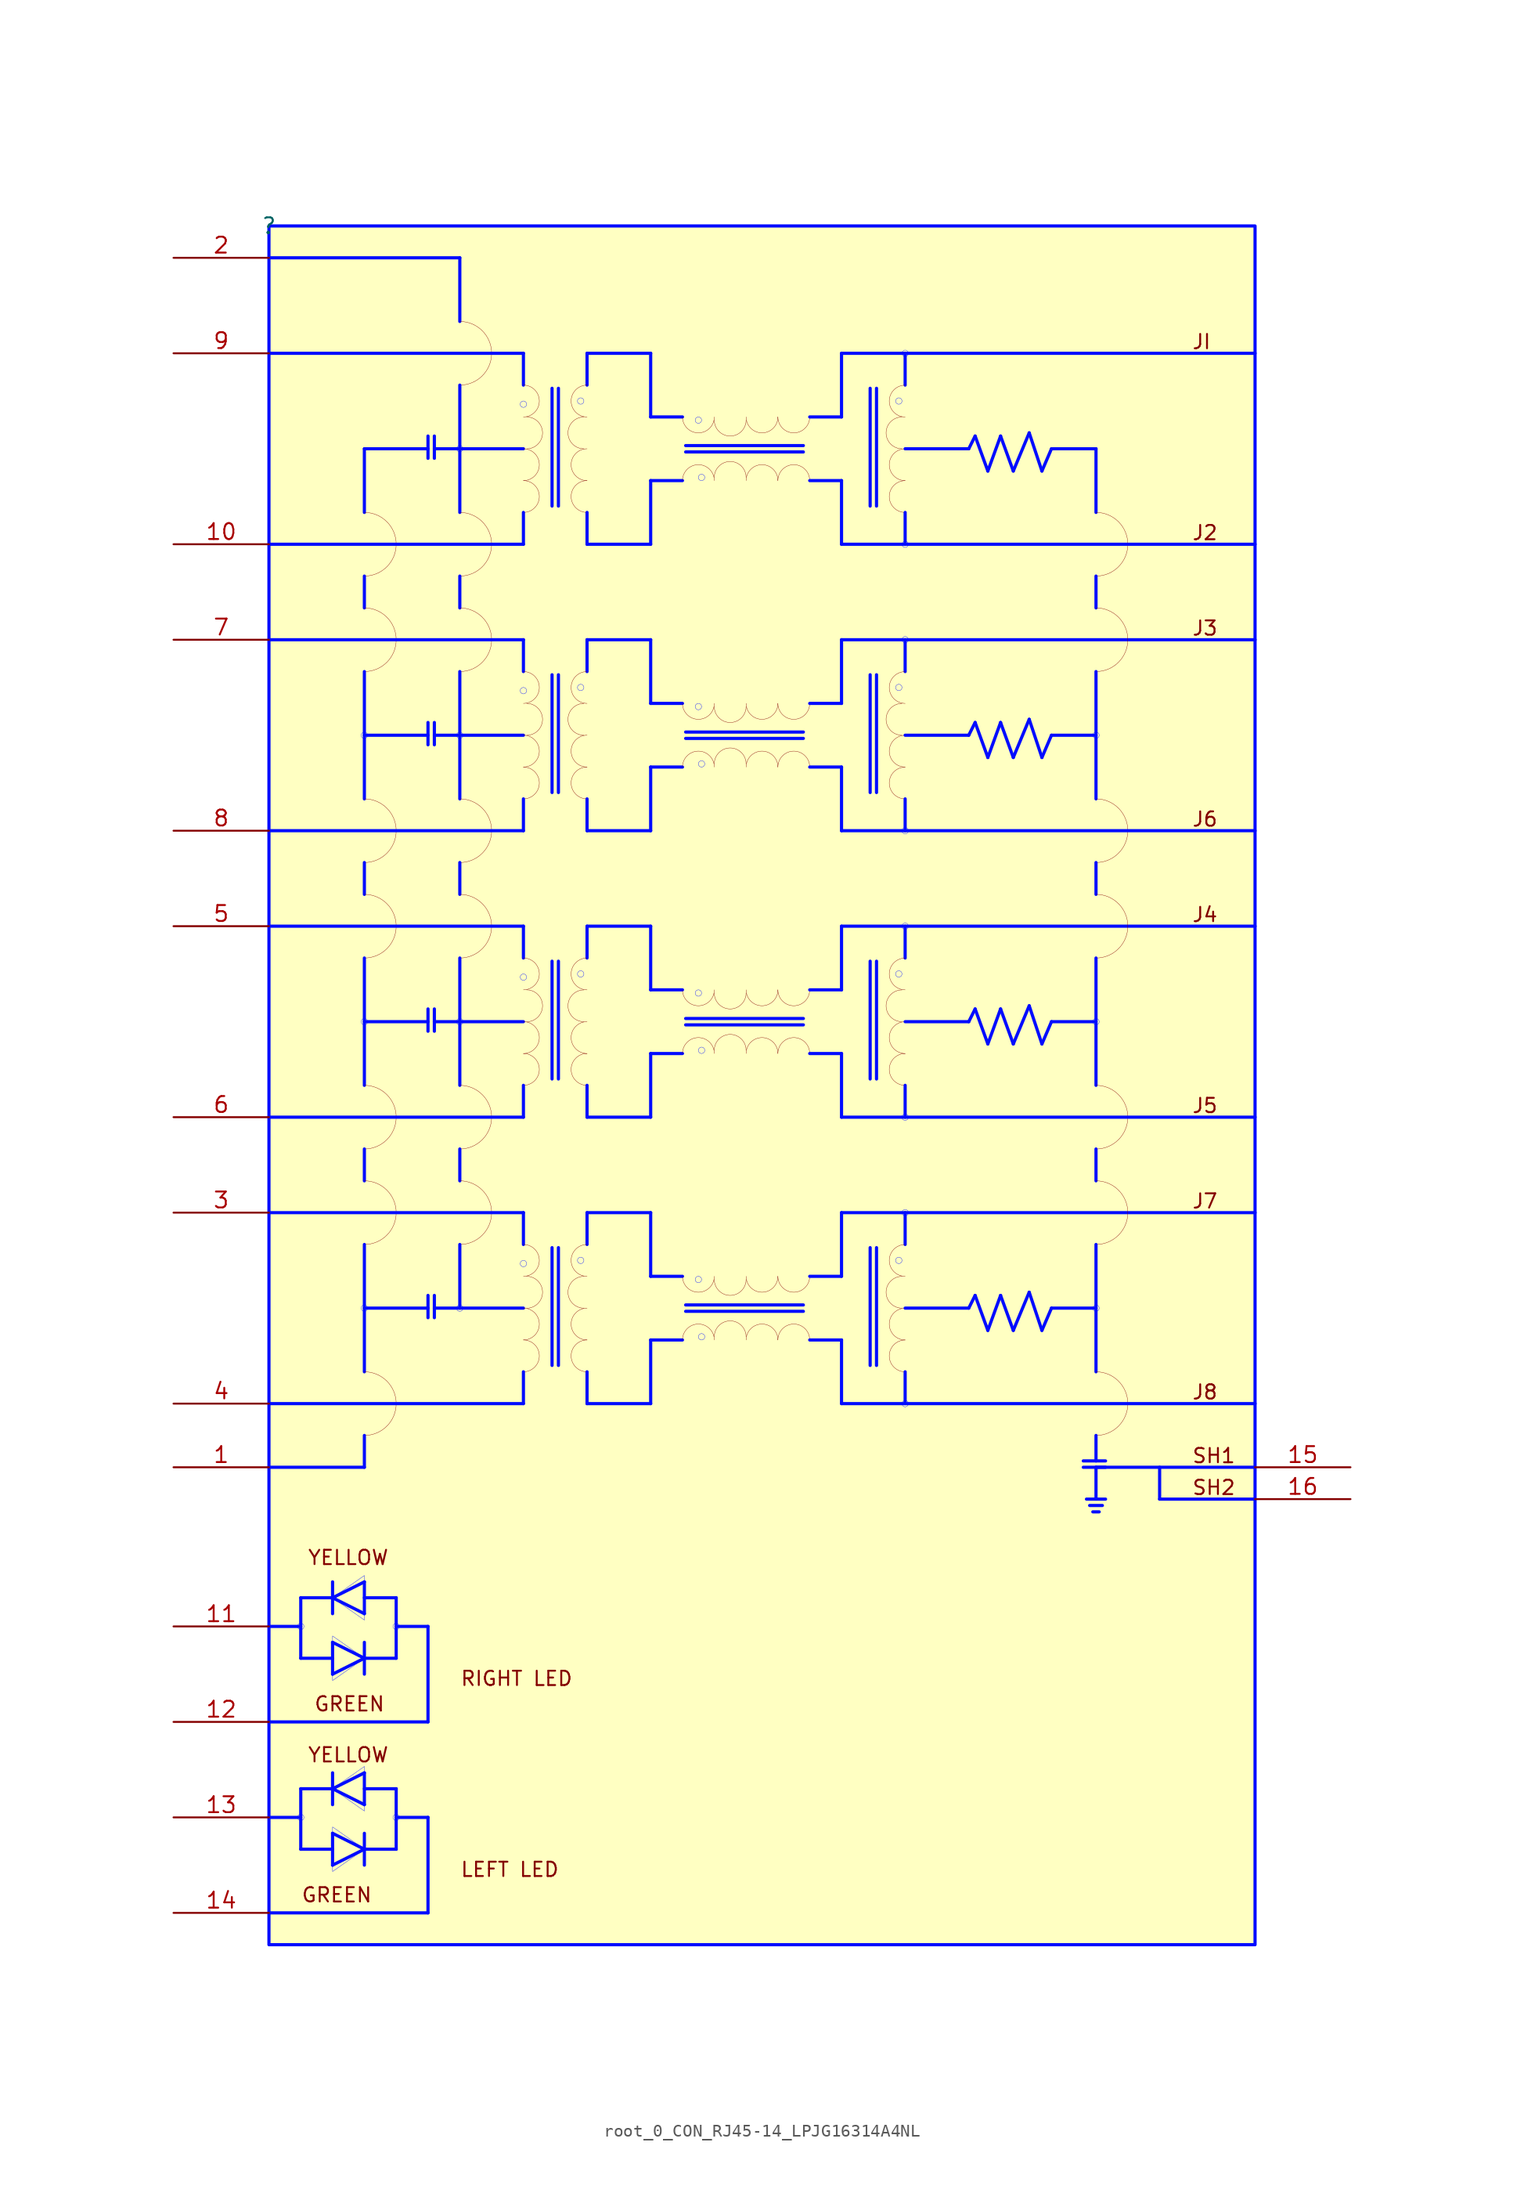
<source format=kicad_sym>
(kicad_symbol_lib
  (version 20231120)
  (generator "kicad_symbol_editor")
  (generator_version "8.0")
  (symbol "root_0_CON_RJ45-14_LPJG16314A4NL"
    (property "Reference" ""
      (at 0 0 0)
      (effects (font (size 1.27 1.27))))
    (property "Value" ""
      (at 0 0 0)
      (effects (font (size 1.27 1.27))))
    (symbol "root_0_CON_RJ45-14_LPJG16314A4NL_1_0"
      (polyline (pts (xy 2.54 -127) (xy 0 -127)) (stroke (width 0.254) (type solid) (color 0 11 255 1)) (fill (type none)))
      (polyline (pts (xy 2.54 -124.714) (xy 2.54 -129.54)) (stroke (width 0.254) (type solid) (color 0 11 255 1)) (fill (type none)))
      (polyline (pts (xy 2.54 -111.76) (xy 0 -111.76)) (stroke (width 0.254) (type solid) (color 0 11 255 1)) (fill (type none)))
      (polyline (pts (xy 2.54 -109.474) (xy 2.54 -114.3)) (stroke (width 0.254) (type solid) (color 0 11 255 1)) (fill (type none)))
      (polyline (pts (xy 5.08 -130.81) (xy 7.62 -129.54)) (stroke (width 0.254) (type solid) (color 0 11 255 1)) (fill (type none)))
      (polyline (pts (xy 5.08 -129.54) (xy 2.54 -129.54)) (stroke (width 0.254) (type solid) (color 0 11 255 1)) (fill (type none)))
      (polyline (pts (xy 5.08 -128.27) (xy 5.08 -130.81)) (stroke (width 0.254) (type solid) (color 0 11 255 1)) (fill (type none)))
      (polyline (pts (xy 5.08 -128.27) (xy 7.62 -129.54)) (stroke (width 0.254) (type solid) (color 0 11 255 1)) (fill (type none)))
      (polyline (pts (xy 5.08 -125.984) (xy 5.08 -123.444)) (stroke (width 0.254) (type solid) (color 0 11 255 1)) (fill (type none)))
      (polyline (pts (xy 5.08 -124.714) (xy 2.54 -124.714)) (stroke (width 0.254) (type solid) (color 0 11 255 1)) (fill (type none)))
      (polyline (pts (xy 5.08 -115.57) (xy 7.62 -114.3)) (stroke (width 0.254) (type solid) (color 0 11 255 1)) (fill (type none)))
      (polyline (pts (xy 5.08 -114.3) (xy 2.54 -114.3)) (stroke (width 0.254) (type solid) (color 0 11 255 1)) (fill (type none)))
      (polyline (pts (xy 5.08 -113.03) (xy 5.08 -115.57)) (stroke (width 0.254) (type solid) (color 0 11 255 1)) (fill (type none)))
      (polyline (pts (xy 5.08 -113.03) (xy 7.62 -114.3)) (stroke (width 0.254) (type solid) (color 0 11 255 1)) (fill (type none)))
      (polyline (pts (xy 5.08 -110.744) (xy 5.08 -108.204)) (stroke (width 0.254) (type solid) (color 0 11 255 1)) (fill (type none)))
      (polyline (pts (xy 5.08 -109.474) (xy 2.54 -109.474)) (stroke (width 0.254) (type solid) (color 0 11 255 1)) (fill (type none)))
      (polyline (pts (xy 7.62 -128.27) (xy 7.62 -130.81)) (stroke (width 0.254) (type solid) (color 0 11 255 1)) (fill (type none)))
      (polyline (pts (xy 7.62 -125.984) (xy 5.08 -124.714)) (stroke (width 0.254) (type solid) (color 0 11 255 1)) (fill (type none)))
      (polyline (pts (xy 7.62 -125.984) (xy 7.62 -123.444)) (stroke (width 0.254) (type solid) (color 0 11 255 1)) (fill (type none)))
      (polyline (pts (xy 7.62 -123.444) (xy 5.08 -124.714)) (stroke (width 0.254) (type solid) (color 0 11 255 1)) (fill (type none)))
      (polyline (pts (xy 7.62 -113.03) (xy 7.62 -115.57)) (stroke (width 0.254) (type solid) (color 0 11 255 1)) (fill (type none)))
      (polyline (pts (xy 7.62 -110.744) (xy 5.08 -109.474)) (stroke (width 0.254) (type solid) (color 0 11 255 1)) (fill (type none)))
      (polyline (pts (xy 7.62 -110.744) (xy 7.62 -108.204)) (stroke (width 0.254) (type solid) (color 0 11 255 1)) (fill (type none)))
      (polyline (pts (xy 7.62 -108.204) (xy 5.08 -109.474)) (stroke (width 0.254) (type solid) (color 0 11 255 1)) (fill (type none)))
      (polyline (pts (xy 7.62 -99.06) (xy 0 -99.06)) (stroke (width 0.254) (type solid) (color 0 11 255 1)) (fill (type none)))
      (polyline (pts (xy 7.62 -96.52) (xy 7.62 -99.06)) (stroke (width 0.254) (type solid) (color 0 11 255 1)) (fill (type none)))
      (polyline (pts (xy 7.62 -86.36) (xy 12.7 -86.36)) (stroke (width 0.254) (type solid) (color 0 11 255 1)) (fill (type none)))
      (polyline (pts (xy 7.62 -81.28) (xy 7.62 -91.44)) (stroke (width 0.254) (type solid) (color 0 11 255 1)) (fill (type none)))
      (polyline (pts (xy 7.62 -73.66) (xy 7.62 -76.2)) (stroke (width 0.254) (type solid) (color 0 11 255 1)) (fill (type none)))
      (polyline (pts (xy 7.62 -63.5) (xy 12.7 -63.5)) (stroke (width 0.254) (type solid) (color 0 11 255 1)) (fill (type none)))
      (polyline (pts (xy 7.62 -58.42) (xy 7.62 -68.58)) (stroke (width 0.254) (type solid) (color 0 11 255 1)) (fill (type none)))
      (polyline (pts (xy 7.62 -50.8) (xy 7.62 -53.34)) (stroke (width 0.254) (type solid) (color 0 11 255 1)) (fill (type none)))
      (polyline (pts (xy 7.62 -40.64) (xy 12.7 -40.64)) (stroke (width 0.254) (type solid) (color 0 11 255 1)) (fill (type none)))
      (polyline (pts (xy 7.62 -35.56) (xy 7.62 -45.72)) (stroke (width 0.254) (type solid) (color 0 11 255 1)) (fill (type none)))
      (polyline (pts (xy 7.62 -27.94) (xy 7.62 -30.48)) (stroke (width 0.254) (type solid) (color 0 11 255 1)) (fill (type none)))
      (polyline (pts (xy 7.62 -17.78) (xy 7.62 -22.86)) (stroke (width 0.254) (type solid) (color 0 11 255 1)) (fill (type none)))
      (polyline (pts (xy 7.62 -17.78) (xy 12.7 -17.78)) (stroke (width 0.254) (type solid) (color 0 11 255 1)) (fill (type none)))
      (polyline (pts (xy 10.16 -129.54) (xy 7.62 -129.54)) (stroke (width 0.254) (type solid) (color 0 11 255 1)) (fill (type none)))
      (polyline (pts (xy 10.16 -127) (xy 12.7 -127)) (stroke (width 0.254) (type solid) (color 0 11 255 1)) (fill (type none)))
      (polyline (pts (xy 10.16 -124.714) (xy 7.62 -124.714)) (stroke (width 0.254) (type solid) (color 0 11 255 1)) (fill (type none)))
      (polyline (pts (xy 10.16 -124.714) (xy 10.16 -129.54)) (stroke (width 0.254) (type solid) (color 0 11 255 1)) (fill (type none)))
      (polyline (pts (xy 10.16 -114.3) (xy 7.62 -114.3)) (stroke (width 0.254) (type solid) (color 0 11 255 1)) (fill (type none)))
      (polyline (pts (xy 10.16 -111.76) (xy 12.7 -111.76)) (stroke (width 0.254) (type solid) (color 0 11 255 1)) (fill (type none)))
      (polyline (pts (xy 10.16 -109.474) (xy 7.62 -109.474)) (stroke (width 0.254) (type solid) (color 0 11 255 1)) (fill (type none)))
      (polyline (pts (xy 10.16 -109.474) (xy 10.16 -114.3)) (stroke (width 0.254) (type solid) (color 0 11 255 1)) (fill (type none)))
      (polyline (pts (xy 12.7 -134.62) (xy 0 -134.62)) (stroke (width 0.254) (type solid) (color 0 11 255 1)) (fill (type none)))
      (polyline (pts (xy 12.7 -127) (xy 12.7 -134.62)) (stroke (width 0.254) (type solid) (color 0 11 255 1)) (fill (type none)))
      (polyline (pts (xy 12.7 -119.38) (xy 0 -119.38)) (stroke (width 0.254) (type solid) (color 0 11 255 1)) (fill (type none)))
      (polyline (pts (xy 12.7 -111.76) (xy 12.7 -119.38)) (stroke (width 0.254) (type solid) (color 0 11 255 1)) (fill (type none)))
      (polyline (pts (xy 12.7 -87.122) (xy 12.7 -85.344)) (stroke (width 0.254) (type solid) (color 0 11 255 1)) (fill (type none)))
      (polyline (pts (xy 12.7 -64.262) (xy 12.7 -62.484)) (stroke (width 0.254) (type solid) (color 0 11 255 1)) (fill (type none)))
      (polyline (pts (xy 12.7 -41.402) (xy 12.7 -39.624)) (stroke (width 0.254) (type solid) (color 0 11 255 1)) (fill (type none)))
      (polyline (pts (xy 12.7 -18.542) (xy 12.7 -16.764)) (stroke (width 0.254) (type solid) (color 0 11 255 1)) (fill (type none)))
      (polyline (pts (xy 13.208 -87.122) (xy 13.208 -85.344)) (stroke (width 0.254) (type solid) (color 0 11 255 1)) (fill (type none)))
      (polyline (pts (xy 13.208 -64.262) (xy 13.208 -62.484)) (stroke (width 0.254) (type solid) (color 0 11 255 1)) (fill (type none)))
      (polyline (pts (xy 13.208 -41.402) (xy 13.208 -39.624)) (stroke (width 0.254) (type solid) (color 0 11 255 1)) (fill (type none)))
      (polyline (pts (xy 13.208 -18.542) (xy 13.208 -16.764)) (stroke (width 0.254) (type solid) (color 0 11 255 1)) (fill (type none)))
      (polyline (pts (xy 15.24 -86.36) (xy 15.24 -81.28)) (stroke (width 0.254) (type solid) (color 0 11 255 1)) (fill (type none)))
      (polyline (pts (xy 15.24 -76.2) (xy 15.24 -73.66)) (stroke (width 0.254) (type solid) (color 0 11 255 1)) (fill (type none)))
      (polyline (pts (xy 15.24 -68.58) (xy 15.24 -58.42)) (stroke (width 0.254) (type solid) (color 0 11 255 1)) (fill (type none)))
      (polyline (pts (xy 15.24 -53.34) (xy 15.24 -50.8)) (stroke (width 0.254) (type solid) (color 0 11 255 1)) (fill (type none)))
      (polyline (pts (xy 15.24 -45.72) (xy 15.24 -35.56)) (stroke (width 0.254) (type solid) (color 0 11 255 1)) (fill (type none)))
      (polyline (pts (xy 15.24 -30.48) (xy 15.24 -27.94)) (stroke (width 0.254) (type solid) (color 0 11 255 1)) (fill (type none)))
      (polyline (pts (xy 15.24 -22.86) (xy 15.24 -12.7)) (stroke (width 0.254) (type solid) (color 0 11 255 1)) (fill (type none)))
      (polyline (pts (xy 15.24 -7.62) (xy 15.24 -2.54)) (stroke (width 0.254) (type solid) (color 0 11 255 1)) (fill (type none)))
      (polyline (pts (xy 15.24 -2.54) (xy 0 -2.54)) (stroke (width 0.254) (type solid) (color 0 11 255 1)) (fill (type none)))
      (polyline (pts (xy 20.32 -93.98) (xy 0 -93.98)) (stroke (width 0.254) (type solid) (color 0 11 255 1)) (fill (type none)))
      (polyline (pts (xy 20.32 -91.44) (xy 20.32 -93.98)) (stroke (width 0.254) (type solid) (color 0 11 255 1)) (fill (type none)))
      (polyline (pts (xy 20.32 -86.36) (xy 13.208 -86.36)) (stroke (width 0.254) (type solid) (color 0 11 255 1)) (fill (type none)))
      (polyline (pts (xy 20.32 -81.28) (xy 20.32 -78.74)) (stroke (width 0.254) (type solid) (color 0 11 255 1)) (fill (type none)))
      (polyline (pts (xy 20.32 -78.74) (xy 0 -78.74)) (stroke (width 0.254) (type solid) (color 0 11 255 1)) (fill (type none)))
      (polyline (pts (xy 20.32 -71.12) (xy 0 -71.12)) (stroke (width 0.254) (type solid) (color 0 11 255 1)) (fill (type none)))
      (polyline (pts (xy 20.32 -68.58) (xy 20.32 -71.12)) (stroke (width 0.254) (type solid) (color 0 11 255 1)) (fill (type none)))
      (polyline (pts (xy 20.32 -63.5) (xy 13.208 -63.5)) (stroke (width 0.254) (type solid) (color 0 11 255 1)) (fill (type none)))
      (polyline (pts (xy 20.32 -58.42) (xy 20.32 -55.88)) (stroke (width 0.254) (type solid) (color 0 11 255 1)) (fill (type none)))
      (polyline (pts (xy 20.32 -55.88) (xy 0 -55.88)) (stroke (width 0.254) (type solid) (color 0 11 255 1)) (fill (type none)))
      (polyline (pts (xy 20.32 -48.26) (xy 0 -48.26)) (stroke (width 0.254) (type solid) (color 0 11 255 1)) (fill (type none)))
      (polyline (pts (xy 20.32 -45.72) (xy 20.32 -48.26)) (stroke (width 0.254) (type solid) (color 0 11 255 1)) (fill (type none)))
      (polyline (pts (xy 20.32 -40.64) (xy 13.208 -40.64)) (stroke (width 0.254) (type solid) (color 0 11 255 1)) (fill (type none)))
      (polyline (pts (xy 20.32 -35.56) (xy 20.32 -33.02)) (stroke (width 0.254) (type solid) (color 0 11 255 1)) (fill (type none)))
      (polyline (pts (xy 20.32 -33.02) (xy 0 -33.02)) (stroke (width 0.254) (type solid) (color 0 11 255 1)) (fill (type none)))
      (polyline (pts (xy 20.32 -25.4) (xy 0 -25.4)) (stroke (width 0.254) (type solid) (color 0 11 255 1)) (fill (type none)))
      (polyline (pts (xy 20.32 -22.86) (xy 20.32 -25.4)) (stroke (width 0.254) (type solid) (color 0 11 255 1)) (fill (type none)))
      (polyline (pts (xy 20.32 -17.78) (xy 13.208 -17.78)) (stroke (width 0.254) (type solid) (color 0 11 255 1)) (fill (type none)))
      (polyline (pts (xy 20.32 -12.7) (xy 20.32 -10.16)) (stroke (width 0.254) (type solid) (color 0 11 255 1)) (fill (type none)))
      (polyline (pts (xy 20.32 -10.16) (xy 0 -10.16)) (stroke (width 0.254) (type solid) (color 0 11 255 1)) (fill (type none)))
      (polyline (pts (xy 22.606 -90.932) (xy 22.606 -81.534)) (stroke (width 0.254) (type solid) (color 0 11 255 1)) (fill (type none)))
      (polyline (pts (xy 22.606 -68.072) (xy 22.606 -58.674)) (stroke (width 0.254) (type solid) (color 0 11 255 1)) (fill (type none)))
      (polyline (pts (xy 22.606 -45.212) (xy 22.606 -35.814)) (stroke (width 0.254) (type solid) (color 0 11 255 1)) (fill (type none)))
      (polyline (pts (xy 22.606 -22.352) (xy 22.606 -12.954)) (stroke (width 0.254) (type solid) (color 0 11 255 1)) (fill (type none)))
      (polyline (pts (xy 23.114 -90.932) (xy 23.114 -81.534)) (stroke (width 0.254) (type solid) (color 0 11 255 1)) (fill (type none)))
      (polyline (pts (xy 23.114 -68.072) (xy 23.114 -58.674)) (stroke (width 0.254) (type solid) (color 0 11 255 1)) (fill (type none)))
      (polyline (pts (xy 23.114 -45.212) (xy 23.114 -35.814)) (stroke (width 0.254) (type solid) (color 0 11 255 1)) (fill (type none)))
      (polyline (pts (xy 23.114 -22.352) (xy 23.114 -12.954)) (stroke (width 0.254) (type solid) (color 0 11 255 1)) (fill (type none)))
      (polyline (pts (xy 25.4 -93.98) (xy 30.48 -93.98)) (stroke (width 0.254) (type solid) (color 0 11 255 1)) (fill (type none)))
      (polyline (pts (xy 25.4 -91.44) (xy 25.4 -93.98)) (stroke (width 0.254) (type solid) (color 0 11 255 1)) (fill (type none)))
      (polyline (pts (xy 25.4 -78.74) (xy 25.4 -81.28)) (stroke (width 0.254) (type solid) (color 0 11 255 1)) (fill (type none)))
      (polyline (pts (xy 25.4 -78.74) (xy 30.48 -78.74)) (stroke (width 0.254) (type solid) (color 0 11 255 1)) (fill (type none)))
      (polyline (pts (xy 25.4 -71.12) (xy 30.48 -71.12)) (stroke (width 0.254) (type solid) (color 0 11 255 1)) (fill (type none)))
      (polyline (pts (xy 25.4 -68.58) (xy 25.4 -71.12)) (stroke (width 0.254) (type solid) (color 0 11 255 1)) (fill (type none)))
      (polyline (pts (xy 25.4 -55.88) (xy 25.4 -58.42)) (stroke (width 0.254) (type solid) (color 0 11 255 1)) (fill (type none)))
      (polyline (pts (xy 25.4 -55.88) (xy 30.48 -55.88)) (stroke (width 0.254) (type solid) (color 0 11 255 1)) (fill (type none)))
      (polyline (pts (xy 25.4 -48.26) (xy 30.48 -48.26)) (stroke (width 0.254) (type solid) (color 0 11 255 1)) (fill (type none)))
      (polyline (pts (xy 25.4 -45.72) (xy 25.4 -48.26)) (stroke (width 0.254) (type solid) (color 0 11 255 1)) (fill (type none)))
      (polyline (pts (xy 25.4 -33.02) (xy 25.4 -35.56)) (stroke (width 0.254) (type solid) (color 0 11 255 1)) (fill (type none)))
      (polyline (pts (xy 25.4 -33.02) (xy 30.48 -33.02)) (stroke (width 0.254) (type solid) (color 0 11 255 1)) (fill (type none)))
      (polyline (pts (xy 25.4 -25.4) (xy 30.48 -25.4)) (stroke (width 0.254) (type solid) (color 0 11 255 1)) (fill (type none)))
      (polyline (pts (xy 25.4 -22.86) (xy 25.4 -25.4)) (stroke (width 0.254) (type solid) (color 0 11 255 1)) (fill (type none)))
      (polyline (pts (xy 25.4 -10.16) (xy 25.4 -12.7)) (stroke (width 0.254) (type solid) (color 0 11 255 1)) (fill (type none)))
      (polyline (pts (xy 25.4 -10.16) (xy 30.48 -10.16)) (stroke (width 0.254) (type solid) (color 0 11 255 1)) (fill (type none)))
      (polyline (pts (xy 30.48 -88.9) (xy 30.48 -93.98)) (stroke (width 0.254) (type solid) (color 0 11 255 1)) (fill (type none)))
      (polyline (pts (xy 30.48 -83.82) (xy 30.48 -78.74)) (stroke (width 0.254) (type solid) (color 0 11 255 1)) (fill (type none)))
      (polyline (pts (xy 30.48 -83.82) (xy 33.02 -83.82)) (stroke (width 0.254) (type solid) (color 0 11 255 1)) (fill (type none)))
      (polyline (pts (xy 30.48 -66.04) (xy 30.48 -71.12)) (stroke (width 0.254) (type solid) (color 0 11 255 1)) (fill (type none)))
      (polyline (pts (xy 30.48 -60.96) (xy 30.48 -55.88)) (stroke (width 0.254) (type solid) (color 0 11 255 1)) (fill (type none)))
      (polyline (pts (xy 30.48 -60.96) (xy 33.02 -60.96)) (stroke (width 0.254) (type solid) (color 0 11 255 1)) (fill (type none)))
      (polyline (pts (xy 30.48 -43.18) (xy 30.48 -48.26)) (stroke (width 0.254) (type solid) (color 0 11 255 1)) (fill (type none)))
      (polyline (pts (xy 30.48 -38.1) (xy 30.48 -33.02)) (stroke (width 0.254) (type solid) (color 0 11 255 1)) (fill (type none)))
      (polyline (pts (xy 30.48 -38.1) (xy 33.02 -38.1)) (stroke (width 0.254) (type solid) (color 0 11 255 1)) (fill (type none)))
      (polyline (pts (xy 30.48 -20.32) (xy 30.48 -25.4)) (stroke (width 0.254) (type solid) (color 0 11 255 1)) (fill (type none)))
      (polyline (pts (xy 30.48 -15.24) (xy 30.48 -10.16)) (stroke (width 0.254) (type solid) (color 0 11 255 1)) (fill (type none)))
      (polyline (pts (xy 30.48 -15.24) (xy 33.02 -15.24)) (stroke (width 0.254) (type solid) (color 0 11 255 1)) (fill (type none)))
      (polyline (pts (xy 33.02 -88.9) (xy 30.48 -88.9)) (stroke (width 0.254) (type solid) (color 0 11 255 1)) (fill (type none)))
      (polyline (pts (xy 33.02 -66.04) (xy 30.48 -66.04)) (stroke (width 0.254) (type solid) (color 0 11 255 1)) (fill (type none)))
      (polyline (pts (xy 33.02 -43.18) (xy 30.48 -43.18)) (stroke (width 0.254) (type solid) (color 0 11 255 1)) (fill (type none)))
      (polyline (pts (xy 33.02 -20.32) (xy 30.48 -20.32)) (stroke (width 0.254) (type solid) (color 0 11 255 1)) (fill (type none)))
      (polyline (pts (xy 42.672 -86.614) (xy 33.274 -86.614)) (stroke (width 0.254) (type solid) (color 0 11 255 1)) (fill (type none)))
      (polyline (pts (xy 42.672 -86.106) (xy 33.274 -86.106)) (stroke (width 0.254) (type solid) (color 0 11 255 1)) (fill (type none)))
      (polyline (pts (xy 42.672 -63.754) (xy 33.274 -63.754)) (stroke (width 0.254) (type solid) (color 0 11 255 1)) (fill (type none)))
      (polyline (pts (xy 42.672 -63.246) (xy 33.274 -63.246)) (stroke (width 0.254) (type solid) (color 0 11 255 1)) (fill (type none)))
      (polyline (pts (xy 42.672 -40.894) (xy 33.274 -40.894)) (stroke (width 0.254) (type solid) (color 0 11 255 1)) (fill (type none)))
      (polyline (pts (xy 42.672 -40.386) (xy 33.274 -40.386)) (stroke (width 0.254) (type solid) (color 0 11 255 1)) (fill (type none)))
      (polyline (pts (xy 42.672 -18.034) (xy 33.274 -18.034)) (stroke (width 0.254) (type solid) (color 0 11 255 1)) (fill (type none)))
      (polyline (pts (xy 42.672 -17.526) (xy 33.274 -17.526)) (stroke (width 0.254) (type solid) (color 0 11 255 1)) (fill (type none)))
      (polyline (pts (xy 43.18 -88.9) (xy 45.72 -88.9)) (stroke (width 0.254) (type solid) (color 0 11 255 1)) (fill (type none)))
      (polyline (pts (xy 43.18 -83.82) (xy 45.72 -83.82)) (stroke (width 0.254) (type solid) (color 0 11 255 1)) (fill (type none)))
      (polyline (pts (xy 43.18 -66.04) (xy 45.72 -66.04)) (stroke (width 0.254) (type solid) (color 0 11 255 1)) (fill (type none)))
      (polyline (pts (xy 43.18 -60.96) (xy 45.72 -60.96)) (stroke (width 0.254) (type solid) (color 0 11 255 1)) (fill (type none)))
      (polyline (pts (xy 43.18 -43.18) (xy 45.72 -43.18)) (stroke (width 0.254) (type solid) (color 0 11 255 1)) (fill (type none)))
      (polyline (pts (xy 43.18 -38.1) (xy 45.72 -38.1)) (stroke (width 0.254) (type solid) (color 0 11 255 1)) (fill (type none)))
      (polyline (pts (xy 43.18 -20.32) (xy 45.72 -20.32)) (stroke (width 0.254) (type solid) (color 0 11 255 1)) (fill (type none)))
      (polyline (pts (xy 43.18 -15.24) (xy 45.72 -15.24)) (stroke (width 0.254) (type solid) (color 0 11 255 1)) (fill (type none)))
      (polyline (pts (xy 45.72 -88.9) (xy 45.72 -93.98)) (stroke (width 0.254) (type solid) (color 0 11 255 1)) (fill (type none)))
      (polyline (pts (xy 45.72 -83.82) (xy 45.72 -78.74)) (stroke (width 0.254) (type solid) (color 0 11 255 1)) (fill (type none)))
      (polyline (pts (xy 45.72 -78.74) (xy 78.74 -78.74)) (stroke (width 0.254) (type solid) (color 0 11 255 1)) (fill (type none)))
      (polyline (pts (xy 45.72 -66.04) (xy 45.72 -71.12)) (stroke (width 0.254) (type solid) (color 0 11 255 1)) (fill (type none)))
      (polyline (pts (xy 45.72 -60.96) (xy 45.72 -55.88)) (stroke (width 0.254) (type solid) (color 0 11 255 1)) (fill (type none)))
      (polyline (pts (xy 45.72 -55.88) (xy 78.74 -55.88)) (stroke (width 0.254) (type solid) (color 0 11 255 1)) (fill (type none)))
      (polyline (pts (xy 45.72 -43.18) (xy 45.72 -48.26)) (stroke (width 0.254) (type solid) (color 0 11 255 1)) (fill (type none)))
      (polyline (pts (xy 45.72 -38.1) (xy 45.72 -33.02)) (stroke (width 0.254) (type solid) (color 0 11 255 1)) (fill (type none)))
      (polyline (pts (xy 45.72 -33.02) (xy 78.74 -33.02)) (stroke (width 0.254) (type solid) (color 0 11 255 1)) (fill (type none)))
      (polyline (pts (xy 45.72 -20.32) (xy 45.72 -25.4)) (stroke (width 0.254) (type solid) (color 0 11 255 1)) (fill (type none)))
      (polyline (pts (xy 45.72 -15.24) (xy 45.72 -10.16)) (stroke (width 0.254) (type solid) (color 0 11 255 1)) (fill (type none)))
      (polyline (pts (xy 45.72 -10.16) (xy 78.74 -10.16)) (stroke (width 0.254) (type solid) (color 0 11 255 1)) (fill (type none)))
      (polyline (pts (xy 48.006 -90.932) (xy 48.006 -81.534)) (stroke (width 0.254) (type solid) (color 0 11 255 1)) (fill (type none)))
      (polyline (pts (xy 48.006 -68.072) (xy 48.006 -58.674)) (stroke (width 0.254) (type solid) (color 0 11 255 1)) (fill (type none)))
      (polyline (pts (xy 48.006 -45.212) (xy 48.006 -35.814)) (stroke (width 0.254) (type solid) (color 0 11 255 1)) (fill (type none)))
      (polyline (pts (xy 48.006 -22.352) (xy 48.006 -12.954)) (stroke (width 0.254) (type solid) (color 0 11 255 1)) (fill (type none)))
      (polyline (pts (xy 48.514 -90.932) (xy 48.514 -81.534)) (stroke (width 0.254) (type solid) (color 0 11 255 1)) (fill (type none)))
      (polyline (pts (xy 48.514 -68.072) (xy 48.514 -58.674)) (stroke (width 0.254) (type solid) (color 0 11 255 1)) (fill (type none)))
      (polyline (pts (xy 48.514 -45.212) (xy 48.514 -35.814)) (stroke (width 0.254) (type solid) (color 0 11 255 1)) (fill (type none)))
      (polyline (pts (xy 48.514 -22.352) (xy 48.514 -12.954)) (stroke (width 0.254) (type solid) (color 0 11 255 1)) (fill (type none)))
      (polyline (pts (xy 50.8 -91.44) (xy 50.8 -93.98)) (stroke (width 0.254) (type solid) (color 0 11 255 1)) (fill (type none)))
      (polyline (pts (xy 50.8 -78.74) (xy 50.8 -81.28)) (stroke (width 0.254) (type solid) (color 0 11 255 1)) (fill (type none)))
      (polyline (pts (xy 50.8 -68.58) (xy 50.8 -71.12)) (stroke (width 0.254) (type solid) (color 0 11 255 1)) (fill (type none)))
      (polyline (pts (xy 50.8 -55.88) (xy 50.8 -58.42)) (stroke (width 0.254) (type solid) (color 0 11 255 1)) (fill (type none)))
      (polyline (pts (xy 50.8 -45.72) (xy 50.8 -48.26)) (stroke (width 0.254) (type solid) (color 0 11 255 1)) (fill (type none)))
      (polyline (pts (xy 50.8 -33.02) (xy 50.8 -35.56)) (stroke (width 0.254) (type solid) (color 0 11 255 1)) (fill (type none)))
      (polyline (pts (xy 50.8 -22.86) (xy 50.8 -25.4)) (stroke (width 0.254) (type solid) (color 0 11 255 1)) (fill (type none)))
      (polyline (pts (xy 50.8 -10.16) (xy 50.8 -12.7)) (stroke (width 0.254) (type solid) (color 0 11 255 1)) (fill (type none)))
      (polyline (pts (xy 55.88 -86.36) (xy 50.8 -86.36)) (stroke (width 0.254) (type solid) (color 0 11 255 1)) (fill (type none)))
      (polyline (pts (xy 55.88 -63.5) (xy 50.8 -63.5)) (stroke (width 0.254) (type solid) (color 0 11 255 1)) (fill (type none)))
      (polyline (pts (xy 55.88 -40.64) (xy 50.8 -40.64)) (stroke (width 0.254) (type solid) (color 0 11 255 1)) (fill (type none)))
      (polyline (pts (xy 55.88 -17.78) (xy 50.8 -17.78)) (stroke (width 0.254) (type solid) (color 0 11 255 1)) (fill (type none)))
      (polyline (pts (xy 56.388 -85.344) (xy 55.88 -86.36)) (stroke (width 0.254) (type solid) (color 0 11 255 1)) (fill (type none)))
      (polyline (pts (xy 56.388 -62.484) (xy 55.88 -63.5)) (stroke (width 0.254) (type solid) (color 0 11 255 1)) (fill (type none)))
      (polyline (pts (xy 56.388 -39.624) (xy 55.88 -40.64)) (stroke (width 0.254) (type solid) (color 0 11 255 1)) (fill (type none)))
      (polyline (pts (xy 56.388 -16.764) (xy 55.88 -17.78)) (stroke (width 0.254) (type solid) (color 0 11 255 1)) (fill (type none)))
      (polyline (pts (xy 57.404 -88.138) (xy 56.388 -85.344)) (stroke (width 0.254) (type solid) (color 0 11 255 1)) (fill (type none)))
      (polyline (pts (xy 57.404 -65.278) (xy 56.388 -62.484)) (stroke (width 0.254) (type solid) (color 0 11 255 1)) (fill (type none)))
      (polyline (pts (xy 57.404 -42.418) (xy 56.388 -39.624)) (stroke (width 0.254) (type solid) (color 0 11 255 1)) (fill (type none)))
      (polyline (pts (xy 57.404 -19.558) (xy 56.388 -16.764)) (stroke (width 0.254) (type solid) (color 0 11 255 1)) (fill (type none)))
      (polyline (pts (xy 58.42 -85.344) (xy 57.404 -88.138)) (stroke (width 0.254) (type solid) (color 0 11 255 1)) (fill (type none)))
      (polyline (pts (xy 58.42 -62.484) (xy 57.404 -65.278)) (stroke (width 0.254) (type solid) (color 0 11 255 1)) (fill (type none)))
      (polyline (pts (xy 58.42 -39.624) (xy 57.404 -42.418)) (stroke (width 0.254) (type solid) (color 0 11 255 1)) (fill (type none)))
      (polyline (pts (xy 58.42 -16.764) (xy 57.404 -19.558)) (stroke (width 0.254) (type solid) (color 0 11 255 1)) (fill (type none)))
      (polyline (pts (xy 59.436 -88.138) (xy 58.42 -85.344)) (stroke (width 0.254) (type solid) (color 0 11 255 1)) (fill (type none)))
      (polyline (pts (xy 59.436 -65.278) (xy 58.42 -62.484)) (stroke (width 0.254) (type solid) (color 0 11 255 1)) (fill (type none)))
      (polyline (pts (xy 59.436 -42.418) (xy 58.42 -39.624)) (stroke (width 0.254) (type solid) (color 0 11 255 1)) (fill (type none)))
      (polyline (pts (xy 59.436 -19.558) (xy 58.42 -16.764)) (stroke (width 0.254) (type solid) (color 0 11 255 1)) (fill (type none)))
      (polyline (pts (xy 60.706 -85.09) (xy 59.436 -88.138)) (stroke (width 0.254) (type solid) (color 0 11 255 1)) (fill (type none)))
      (polyline (pts (xy 60.706 -62.23) (xy 59.436 -65.278)) (stroke (width 0.254) (type solid) (color 0 11 255 1)) (fill (type none)))
      (polyline (pts (xy 60.706 -39.37) (xy 59.436 -42.418)) (stroke (width 0.254) (type solid) (color 0 11 255 1)) (fill (type none)))
      (polyline (pts (xy 60.706 -16.51) (xy 59.436 -19.558)) (stroke (width 0.254) (type solid) (color 0 11 255 1)) (fill (type none)))
      (polyline (pts (xy 61.722 -88.138) (xy 60.706 -85.09)) (stroke (width 0.254) (type solid) (color 0 11 255 1)) (fill (type none)))
      (polyline (pts (xy 61.722 -65.278) (xy 60.706 -62.23)) (stroke (width 0.254) (type solid) (color 0 11 255 1)) (fill (type none)))
      (polyline (pts (xy 61.722 -42.418) (xy 60.706 -39.37)) (stroke (width 0.254) (type solid) (color 0 11 255 1)) (fill (type none)))
      (polyline (pts (xy 61.722 -19.558) (xy 60.706 -16.51)) (stroke (width 0.254) (type solid) (color 0 11 255 1)) (fill (type none)))
      (polyline (pts (xy 62.484 -86.36) (xy 61.722 -88.138)) (stroke (width 0.254) (type solid) (color 0 11 255 1)) (fill (type none)))
      (polyline (pts (xy 62.484 -63.5) (xy 61.722 -65.278)) (stroke (width 0.254) (type solid) (color 0 11 255 1)) (fill (type none)))
      (polyline (pts (xy 62.484 -40.64) (xy 61.722 -42.418)) (stroke (width 0.254) (type solid) (color 0 11 255 1)) (fill (type none)))
      (polyline (pts (xy 62.484 -17.78) (xy 61.722 -19.558)) (stroke (width 0.254) (type solid) (color 0 11 255 1)) (fill (type none)))
      (polyline (pts (xy 65.278 -101.6) (xy 66.802 -101.6)) (stroke (width 0.254) (type solid) (color 0 11 255 1)) (fill (type none)))
      (polyline (pts (xy 65.532 -102.108) (xy 66.548 -102.108)) (stroke (width 0.254) (type solid) (color 0 11 255 1)) (fill (type none)))
      (polyline (pts (xy 65.786 -102.616) (xy 66.294 -102.616)) (stroke (width 0.254) (type solid) (color 0 11 255 1)) (fill (type none)))
      (polyline (pts (xy 66.04 -101.6) (xy 66.04 -99.06)) (stroke (width 0.254) (type solid) (color 0 11 255 1)) (fill (type none)))
      (polyline (pts (xy 66.04 -99.06) (xy 78.74 -99.06)) (stroke (width 0.254) (type solid) (color 0 11 255 1)) (fill (type none)))
      (polyline (pts (xy 66.04 -96.52) (xy 66.04 -98.552)) (stroke (width 0.254) (type solid) (color 0 11 255 1)) (fill (type none)))
      (polyline (pts (xy 66.04 -91.44) (xy 66.04 -81.28)) (stroke (width 0.254) (type solid) (color 0 11 255 1)) (fill (type none)))
      (polyline (pts (xy 66.04 -86.36) (xy 62.484 -86.36)) (stroke (width 0.254) (type solid) (color 0 11 255 1)) (fill (type none)))
      (polyline (pts (xy 66.04 -76.2) (xy 66.04 -73.66)) (stroke (width 0.254) (type solid) (color 0 11 255 1)) (fill (type none)))
      (polyline (pts (xy 66.04 -68.58) (xy 66.04 -58.42)) (stroke (width 0.254) (type solid) (color 0 11 255 1)) (fill (type none)))
      (polyline (pts (xy 66.04 -63.5) (xy 62.484 -63.5)) (stroke (width 0.254) (type solid) (color 0 11 255 1)) (fill (type none)))
      (polyline (pts (xy 66.04 -53.34) (xy 66.04 -50.8)) (stroke (width 0.254) (type solid) (color 0 11 255 1)) (fill (type none)))
      (polyline (pts (xy 66.04 -45.72) (xy 66.04 -35.56)) (stroke (width 0.254) (type solid) (color 0 11 255 1)) (fill (type none)))
      (polyline (pts (xy 66.04 -40.64) (xy 62.484 -40.64)) (stroke (width 0.254) (type solid) (color 0 11 255 1)) (fill (type none)))
      (polyline (pts (xy 66.04 -30.48) (xy 66.04 -27.94)) (stroke (width 0.254) (type solid) (color 0 11 255 1)) (fill (type none)))
      (polyline (pts (xy 66.04 -22.86) (xy 66.04 -17.78)) (stroke (width 0.254) (type solid) (color 0 11 255 1)) (fill (type none)))
      (polyline (pts (xy 66.04 -17.78) (xy 62.484 -17.78)) (stroke (width 0.254) (type solid) (color 0 11 255 1)) (fill (type none)))
      (polyline (pts (xy 66.802 -99.06) (xy 65.024 -99.06)) (stroke (width 0.254) (type solid) (color 0 11 255 1)) (fill (type none)))
      (polyline (pts (xy 66.802 -98.552) (xy 65.024 -98.552)) (stroke (width 0.254) (type solid) (color 0 11 255 1)) (fill (type none)))
      (polyline (pts (xy 71.12 -101.6) (xy 78.74 -101.6)) (stroke (width 0.254) (type solid) (color 0 11 255 1)) (fill (type none)))
      (polyline (pts (xy 71.12 -99.06) (xy 71.12 -101.6)) (stroke (width 0.254) (type solid) (color 0 11 255 1)) (fill (type none)))
      (polyline (pts (xy 78.74 -93.98) (xy 45.72 -93.98)) (stroke (width 0.254) (type solid) (color 0 11 255 1)) (fill (type none)))
      (polyline (pts (xy 78.74 -71.12) (xy 45.72 -71.12)) (stroke (width 0.254) (type solid) (color 0 11 255 1)) (fill (type none)))
      (polyline (pts (xy 78.74 -48.26) (xy 45.72 -48.26)) (stroke (width 0.254) (type solid) (color 0 11 255 1)) (fill (type none)))
      (polyline (pts (xy 78.74 -25.4) (xy 45.72 -25.4)) (stroke (width 0.254) (type solid) (color 0 11 255 1)) (fill (type none)))
      (polyline (pts (xy 5.08 -124.714) (xy 5.08 -124.714) (xy 7.62 -122.936) (xy 7.62 -126.492) (xy 5.08 -124.714) (xy 5.08 -124.714)) (stroke (width 0.025) (type solid) (color 0 11 255 1)) (fill (type color) (color 0 0 255 1)))
      (polyline (pts (xy 5.08 -109.474) (xy 5.08 -109.474) (xy 7.62 -107.696) (xy 7.62 -111.252) (xy 5.08 -109.474) (xy 5.08 -109.474)) (stroke (width 0.025) (type solid) (color 0 11 255 1)) (fill (type color) (color 0 0 255 1)))
      (polyline (pts (xy 7.62 -129.54) (xy 7.62 -129.54) (xy 5.08 -131.318) (xy 5.08 -127.762) (xy 7.62 -129.54) (xy 7.62 -129.54)) (stroke (width 0.025) (type solid) (color 0 11 255 1)) (fill (type color) (color 0 0 255 1)))
      (polyline (pts (xy 7.62 -114.3) (xy 7.62 -114.3) (xy 5.08 -116.078) (xy 5.08 -112.522) (xy 7.62 -114.3) (xy 7.62 -114.3)) (stroke (width 0.025) (type solid) (color 0 11 255 1)) (fill (type color) (color 0 0 255 1)))
      (circle (center 2.54 -127) (radius 0.254) (stroke (width 0.025) (type solid) (color 0 11 255 1)) (fill (type color) (color 0 0 255 1)))
      (circle (center 2.54 -111.76) (radius 0.254) (stroke (width 0.025) (type solid) (color 0 11 255 1)) (fill (type color) (color 0 0 255 1)))
      (arc (start 7.62 -96.52) (mid 10.16 -93.98) (end 7.62 -91.44) (stroke (width 0.0254) (type solid)) (fill (type none)))
      (circle (center 7.62 -86.36) (radius 0.254) (stroke (width 0.025) (type solid) (color 0 11 255 1)) (fill (type color) (color 0 0 255 1)))
      (arc (start 7.62 -81.28) (mid 10.16 -78.74) (end 7.62 -76.2) (stroke (width 0.0254) (type solid)) (fill (type none)))
      (arc (start 7.62 -73.66) (mid 10.16 -71.12) (end 7.62 -68.58) (stroke (width 0.0254) (type solid)) (fill (type none)))
      (circle (center 7.62 -63.5) (radius 0.254) (stroke (width 0.025) (type solid) (color 0 11 255 1)) (fill (type color) (color 0 0 255 1)))
      (arc (start 7.62 -58.42) (mid 10.16 -55.88) (end 7.62 -53.34) (stroke (width 0.0254) (type solid)) (fill (type none)))
      (arc (start 7.62 -50.8) (mid 10.16 -48.26) (end 7.62 -45.72) (stroke (width 0.0254) (type solid)) (fill (type none)))
      (circle (center 7.62 -40.64) (radius 0.254) (stroke (width 0.025) (type solid) (color 0 11 255 1)) (fill (type color) (color 0 0 255 1)))
      (arc (start 7.62 -35.56) (mid 10.16 -33.02) (end 7.62 -30.48) (stroke (width 0.0254) (type solid)) (fill (type none)))
      (arc (start 7.62 -27.94) (mid 10.16 -25.4) (end 7.62 -22.86) (stroke (width 0.0254) (type solid)) (fill (type none)))
      (circle (center 10.16 -127) (radius 0.254) (stroke (width 0.025) (type solid) (color 0 11 255 1)) (fill (type color) (color 0 0 255 1)))
      (circle (center 10.16 -111.76) (radius 0.254) (stroke (width 0.025) (type solid) (color 0 11 255 1)) (fill (type color) (color 0 0 255 1)))
      (circle (center 15.24 -86.36) (radius 0.254) (stroke (width 0.025) (type solid) (color 0 11 255 1)) (fill (type color) (color 0 0 255 1)))
      (arc (start 15.24 -81.28) (mid 17.78 -78.74) (end 15.24 -76.2) (stroke (width 0.0254) (type solid)) (fill (type none)))
      (arc (start 15.24 -73.66) (mid 17.78 -71.12) (end 15.24 -68.58) (stroke (width 0.0254) (type solid)) (fill (type none)))
      (circle (center 15.24 -63.5) (radius 0.254) (stroke (width 0.025) (type solid) (color 0 11 255 1)) (fill (type color) (color 0 0 255 1)))
      (arc (start 15.24 -58.42) (mid 17.78 -55.88) (end 15.24 -53.34) (stroke (width 0.0254) (type solid)) (fill (type none)))
      (arc (start 15.24 -50.8) (mid 17.78 -48.26) (end 15.24 -45.72) (stroke (width 0.0254) (type solid)) (fill (type none)))
      (circle (center 15.24 -40.64) (radius 0.254) (stroke (width 0.025) (type solid) (color 0 11 255 1)) (fill (type color) (color 0 0 255 1)))
      (arc (start 15.24 -35.56) (mid 17.78 -33.02) (end 15.24 -30.48) (stroke (width 0.0254) (type solid)) (fill (type none)))
      (arc (start 15.24 -27.94) (mid 17.78 -25.4) (end 15.24 -22.86) (stroke (width 0.0254) (type solid)) (fill (type none)))
      (circle (center 15.24 -17.78) (radius 0.254) (stroke (width 0.025) (type solid) (color 0 11 255 1)) (fill (type color) (color 0 0 255 1)))
      (arc (start 15.24 -12.7) (mid 17.78 -10.16) (end 15.24 -7.62) (stroke (width 0.0254) (type solid)) (fill (type none)))
      (arc (start 20.32 -91.44) (mid 21.59 -90.17) (end 20.32 -88.9) (stroke (width 0.0254) (type solid)) (fill (type none)))
      (arc (start 20.32 -88.9) (mid 21.59 -87.63) (end 20.32 -86.36) (stroke (width 0.0254) (type solid)) (fill (type none)))
      (arc (start 20.32 -83.82) (mid 21.59 -82.55) (end 20.32 -81.28) (stroke (width 0.0254) (type solid)) (fill (type none)))
      (circle (center 20.32 -82.804) (radius 0.254) (stroke (width 0.025) (type solid) (color 0 11 255 1)) (fill (type color) (color 0 0 255 1)))
      (arc (start 20.32 -68.58) (mid 21.59 -67.31) (end 20.32 -66.04) (stroke (width 0.0254) (type solid)) (fill (type none)))
      (arc (start 20.32 -66.04) (mid 21.59 -64.77) (end 20.32 -63.5) (stroke (width 0.0254) (type solid)) (fill (type none)))
      (arc (start 20.32 -60.96) (mid 21.59 -59.69) (end 20.32 -58.42) (stroke (width 0.0254) (type solid)) (fill (type none)))
      (circle (center 20.32 -59.944) (radius 0.254) (stroke (width 0.025) (type solid) (color 0 11 255 1)) (fill (type color) (color 0 0 255 1)))
      (arc (start 20.32 -45.72) (mid 21.59 -44.45) (end 20.32 -43.18) (stroke (width 0.0254) (type solid)) (fill (type none)))
      (arc (start 20.32 -43.18) (mid 21.59 -41.91) (end 20.32 -40.64) (stroke (width 0.0254) (type solid)) (fill (type none)))
      (arc (start 20.32 -38.1) (mid 21.59 -36.83) (end 20.32 -35.56) (stroke (width 0.0254) (type solid)) (fill (type none)))
      (circle (center 20.32 -37.084) (radius 0.254) (stroke (width 0.025) (type solid) (color 0 11 255 1)) (fill (type color) (color 0 0 255 1)))
      (arc (start 20.32 -22.86) (mid 21.59 -21.59) (end 20.32 -20.32) (stroke (width 0.0254) (type solid)) (fill (type none)))
      (arc (start 20.32 -20.32) (mid 21.59 -19.05) (end 20.32 -17.78) (stroke (width 0.0254) (type solid)) (fill (type none)))
      (arc (start 20.32 -15.24) (mid 21.59 -13.97) (end 20.32 -12.7) (stroke (width 0.0254) (type solid)) (fill (type none)))
      (circle (center 20.32 -14.224) (radius 0.254) (stroke (width 0.025) (type solid) (color 0 11 255 1)) (fill (type color) (color 0 0 255 1)))
      (arc (start 20.574 -86.36) (mid 21.844 -85.09) (end 20.574 -83.82) (stroke (width 0.0254) (type solid)) (fill (type none)))
      (arc (start 20.574 -63.5) (mid 21.844 -62.23) (end 20.574 -60.96) (stroke (width 0.0254) (type solid)) (fill (type none)))
      (arc (start 20.574 -40.64) (mid 21.844 -39.37) (end 20.574 -38.1) (stroke (width 0.0254) (type solid)) (fill (type none)))
      (arc (start 20.574 -17.78) (mid 21.844 -16.51) (end 20.574 -15.24) (stroke (width 0.0254) (type solid)) (fill (type none)))
      (circle (center 24.892 -82.55) (radius 0.254) (stroke (width 0.025) (type solid) (color 0 11 255 1)) (fill (type color) (color 0 0 255 1)))
      (circle (center 24.892 -59.69) (radius 0.254) (stroke (width 0.025) (type solid) (color 0 11 255 1)) (fill (type color) (color 0 0 255 1)))
      (circle (center 24.892 -36.83) (radius 0.254) (stroke (width 0.025) (type solid) (color 0 11 255 1)) (fill (type color) (color 0 0 255 1)))
      (circle (center 24.892 -13.97) (radius 0.254) (stroke (width 0.025) (type solid) (color 0 11 255 1)) (fill (type color) (color 0 0 255 1)))
      (arc (start 25.146 -83.82) (mid 23.876 -85.09) (end 25.146 -86.36) (stroke (width 0.0254) (type solid)) (fill (type none)))
      (arc (start 25.146 -60.96) (mid 23.876 -62.23) (end 25.146 -63.5) (stroke (width 0.0254) (type solid)) (fill (type none)))
      (arc (start 25.146 -38.1) (mid 23.876 -39.37) (end 25.146 -40.64) (stroke (width 0.0254) (type solid)) (fill (type none)))
      (arc (start 25.146 -15.24) (mid 23.876 -16.51) (end 25.146 -17.78) (stroke (width 0.0254) (type solid)) (fill (type none)))
      (arc (start 25.4 -88.9) (mid 24.13 -90.17) (end 25.4 -91.44) (stroke (width 0.0254) (type solid)) (fill (type none)))
      (arc (start 25.4 -86.36) (mid 24.13 -87.63) (end 25.4 -88.9) (stroke (width 0.0254) (type solid)) (fill (type none)))
      (arc (start 25.4 -81.28) (mid 24.13 -82.55) (end 25.4 -83.82) (stroke (width 0.0254) (type solid)) (fill (type none)))
      (arc (start 25.4 -66.04) (mid 24.13 -67.31) (end 25.4 -68.58) (stroke (width 0.0254) (type solid)) (fill (type none)))
      (arc (start 25.4 -63.5) (mid 24.13 -64.77) (end 25.4 -66.04) (stroke (width 0.0254) (type solid)) (fill (type none)))
      (arc (start 25.4 -58.42) (mid 24.13 -59.69) (end 25.4 -60.96) (stroke (width 0.0254) (type solid)) (fill (type none)))
      (arc (start 25.4 -43.18) (mid 24.13 -44.45) (end 25.4 -45.72) (stroke (width 0.0254) (type solid)) (fill (type none)))
      (arc (start 25.4 -40.64) (mid 24.13 -41.91) (end 25.4 -43.18) (stroke (width 0.0254) (type solid)) (fill (type none)))
      (arc (start 25.4 -35.56) (mid 24.13 -36.83) (end 25.4 -38.1) (stroke (width 0.0254) (type solid)) (fill (type none)))
      (arc (start 25.4 -20.32) (mid 24.13 -21.59) (end 25.4 -22.86) (stroke (width 0.0254) (type solid)) (fill (type none)))
      (arc (start 25.4 -17.78) (mid 24.13 -19.05) (end 25.4 -20.32) (stroke (width 0.0254) (type solid)) (fill (type none)))
      (arc (start 25.4 -12.7) (mid 24.13 -13.97) (end 25.4 -15.24) (stroke (width 0.0254) (type solid)) (fill (type none)))
      (arc (start 33.02 -83.82) (mid 34.29 -85.09) (end 35.56 -83.82) (stroke (width 0.0254) (type solid)) (fill (type none)))
      (arc (start 33.02 -60.96) (mid 34.29 -62.23) (end 35.56 -60.96) (stroke (width 0.0254) (type solid)) (fill (type none)))
      (arc (start 33.02 -38.1) (mid 34.29 -39.37) (end 35.56 -38.1) (stroke (width 0.0254) (type solid)) (fill (type none)))
      (arc (start 33.02 -15.24) (mid 34.29 -16.51) (end 35.56 -15.24) (stroke (width 0.0254) (type solid)) (fill (type none)))
      (circle (center 34.29 -84.074) (radius 0.254) (stroke (width 0.025) (type solid) (color 0 11 255 1)) (fill (type color) (color 0 0 255 1)))
      (circle (center 34.29 -61.214) (radius 0.254) (stroke (width 0.025) (type solid) (color 0 11 255 1)) (fill (type color) (color 0 0 255 1)))
      (circle (center 34.29 -38.354) (radius 0.254) (stroke (width 0.025) (type solid) (color 0 11 255 1)) (fill (type color) (color 0 0 255 1)))
      (circle (center 34.29 -15.494) (radius 0.254) (stroke (width 0.025) (type solid) (color 0 11 255 1)) (fill (type color) (color 0 0 255 1)))
      (circle (center 34.544 -88.646) (radius 0.254) (stroke (width 0.025) (type solid) (color 0 11 255 1)) (fill (type color) (color 0 0 255 1)))
      (circle (center 34.544 -65.786) (radius 0.254) (stroke (width 0.025) (type solid) (color 0 11 255 1)) (fill (type color) (color 0 0 255 1)))
      (circle (center 34.544 -42.926) (radius 0.254) (stroke (width 0.025) (type solid) (color 0 11 255 1)) (fill (type color) (color 0 0 255 1)))
      (circle (center 34.544 -20.066) (radius 0.254) (stroke (width 0.025) (type solid) (color 0 11 255 1)) (fill (type color) (color 0 0 255 1)))
      (arc (start 35.56 -88.9) (mid 34.29 -87.63) (end 33.02 -88.9) (stroke (width 0.0254) (type solid)) (fill (type none)))
      (arc (start 35.56 -84.074) (mid 36.83 -85.344) (end 38.1 -84.074) (stroke (width 0.0254) (type solid)) (fill (type none)))
      (arc (start 35.56 -66.04) (mid 34.29 -64.77) (end 33.02 -66.04) (stroke (width 0.0254) (type solid)) (fill (type none)))
      (arc (start 35.56 -61.214) (mid 36.83 -62.484) (end 38.1 -61.214) (stroke (width 0.0254) (type solid)) (fill (type none)))
      (arc (start 35.56 -43.18) (mid 34.29 -41.91) (end 33.02 -43.18) (stroke (width 0.0254) (type solid)) (fill (type none)))
      (arc (start 35.56 -38.354) (mid 36.83 -39.624) (end 38.1 -38.354) (stroke (width 0.0254) (type solid)) (fill (type none)))
      (arc (start 35.56 -20.32) (mid 34.29 -19.05) (end 33.02 -20.32) (stroke (width 0.0254) (type solid)) (fill (type none)))
      (arc (start 35.56 -15.494) (mid 36.83 -16.764) (end 38.1 -15.494) (stroke (width 0.0254) (type solid)) (fill (type none)))
      (arc (start 38.1 -88.646) (mid 36.83 -87.376) (end 35.56 -88.646) (stroke (width 0.0254) (type solid)) (fill (type none)))
      (arc (start 38.1 -83.82) (mid 39.37 -85.09) (end 40.64 -83.82) (stroke (width 0.0254) (type solid)) (fill (type none)))
      (arc (start 38.1 -65.786) (mid 36.83 -64.516) (end 35.56 -65.786) (stroke (width 0.0254) (type solid)) (fill (type none)))
      (arc (start 38.1 -60.96) (mid 39.37 -62.23) (end 40.64 -60.96) (stroke (width 0.0254) (type solid)) (fill (type none)))
      (arc (start 38.1 -42.926) (mid 36.83 -41.656) (end 35.56 -42.926) (stroke (width 0.0254) (type solid)) (fill (type none)))
      (arc (start 38.1 -38.1) (mid 39.37 -39.37) (end 40.64 -38.1) (stroke (width 0.0254) (type solid)) (fill (type none)))
      (arc (start 38.1 -20.066) (mid 36.83 -18.796) (end 35.56 -20.066) (stroke (width 0.0254) (type solid)) (fill (type none)))
      (arc (start 38.1 -15.24) (mid 39.37 -16.51) (end 40.64 -15.24) (stroke (width 0.0254) (type solid)) (fill (type none)))
      (arc (start 40.64 -88.9) (mid 39.37 -87.63) (end 38.1 -88.9) (stroke (width 0.0254) (type solid)) (fill (type none)))
      (arc (start 40.64 -83.82) (mid 41.91 -85.09) (end 43.18 -83.82) (stroke (width 0.0254) (type solid)) (fill (type none)))
      (arc (start 40.64 -66.04) (mid 39.37 -64.77) (end 38.1 -66.04) (stroke (width 0.0254) (type solid)) (fill (type none)))
      (arc (start 40.64 -60.96) (mid 41.91 -62.23) (end 43.18 -60.96) (stroke (width 0.0254) (type solid)) (fill (type none)))
      (arc (start 40.64 -43.18) (mid 39.37 -41.91) (end 38.1 -43.18) (stroke (width 0.0254) (type solid)) (fill (type none)))
      (arc (start 40.64 -38.1) (mid 41.91 -39.37) (end 43.18 -38.1) (stroke (width 0.0254) (type solid)) (fill (type none)))
      (arc (start 40.64 -20.32) (mid 39.37 -19.05) (end 38.1 -20.32) (stroke (width 0.0254) (type solid)) (fill (type none)))
      (arc (start 40.64 -15.24) (mid 41.91 -16.51) (end 43.18 -15.24) (stroke (width 0.0254) (type solid)) (fill (type none)))
      (arc (start 43.18 -88.9) (mid 41.91 -87.63) (end 40.64 -88.9) (stroke (width 0.0254) (type solid)) (fill (type none)))
      (arc (start 43.18 -66.04) (mid 41.91 -64.77) (end 40.64 -66.04) (stroke (width 0.0254) (type solid)) (fill (type none)))
      (arc (start 43.18 -43.18) (mid 41.91 -41.91) (end 40.64 -43.18) (stroke (width 0.0254) (type solid)) (fill (type none)))
      (arc (start 43.18 -20.32) (mid 41.91 -19.05) (end 40.64 -20.32) (stroke (width 0.0254) (type solid)) (fill (type none)))
      (circle (center 50.292 -82.55) (radius 0.254) (stroke (width 0.025) (type solid) (color 0 11 255 1)) (fill (type color) (color 0 0 255 1)))
      (circle (center 50.292 -59.69) (radius 0.254) (stroke (width 0.025) (type solid) (color 0 11 255 1)) (fill (type color) (color 0 0 255 1)))
      (circle (center 50.292 -36.83) (radius 0.254) (stroke (width 0.025) (type solid) (color 0 11 255 1)) (fill (type color) (color 0 0 255 1)))
      (circle (center 50.292 -13.97) (radius 0.254) (stroke (width 0.025) (type solid) (color 0 11 255 1)) (fill (type color) (color 0 0 255 1)))
      (arc (start 50.546 -83.82) (mid 49.276 -85.09) (end 50.546 -86.36) (stroke (width 0.0254) (type solid)) (fill (type none)))
      (arc (start 50.546 -60.96) (mid 49.276 -62.23) (end 50.546 -63.5) (stroke (width 0.0254) (type solid)) (fill (type none)))
      (arc (start 50.546 -38.1) (mid 49.276 -39.37) (end 50.546 -40.64) (stroke (width 0.0254) (type solid)) (fill (type none)))
      (arc (start 50.546 -15.24) (mid 49.276 -16.51) (end 50.546 -17.78) (stroke (width 0.0254) (type solid)) (fill (type none)))
      (circle (center 50.8 -93.98) (radius 0.254) (stroke (width 0.025) (type solid) (color 0 11 255 1)) (fill (type color) (color 0 0 255 1)))
      (arc (start 50.8 -88.9) (mid 49.53 -90.17) (end 50.8 -91.44) (stroke (width 0.0254) (type solid)) (fill (type none)))
      (arc (start 50.8 -86.36) (mid 49.53 -87.63) (end 50.8 -88.9) (stroke (width 0.0254) (type solid)) (fill (type none)))
      (arc (start 50.8 -81.28) (mid 49.53 -82.55) (end 50.8 -83.82) (stroke (width 0.0254) (type solid)) (fill (type none)))
      (circle (center 50.8 -78.74) (radius 0.254) (stroke (width 0.025) (type solid) (color 0 11 255 1)) (fill (type color) (color 0 0 255 1)))
      (circle (center 50.8 -71.12) (radius 0.254) (stroke (width 0.025) (type solid) (color 0 11 255 1)) (fill (type color) (color 0 0 255 1)))
      (arc (start 50.8 -66.04) (mid 49.53 -67.31) (end 50.8 -68.58) (stroke (width 0.0254) (type solid)) (fill (type none)))
      (arc (start 50.8 -63.5) (mid 49.53 -64.77) (end 50.8 -66.04) (stroke (width 0.0254) (type solid)) (fill (type none)))
      (arc (start 50.8 -58.42) (mid 49.53 -59.69) (end 50.8 -60.96) (stroke (width 0.0254) (type solid)) (fill (type none)))
      (circle (center 50.8 -55.88) (radius 0.254) (stroke (width 0.025) (type solid) (color 0 11 255 1)) (fill (type color) (color 0 0 255 1)))
      (circle (center 50.8 -48.26) (radius 0.254) (stroke (width 0.025) (type solid) (color 0 11 255 1)) (fill (type color) (color 0 0 255 1)))
      (arc (start 50.8 -43.18) (mid 49.53 -44.45) (end 50.8 -45.72) (stroke (width 0.0254) (type solid)) (fill (type none)))
      (arc (start 50.8 -40.64) (mid 49.53 -41.91) (end 50.8 -43.18) (stroke (width 0.0254) (type solid)) (fill (type none)))
      (arc (start 50.8 -35.56) (mid 49.53 -36.83) (end 50.8 -38.1) (stroke (width 0.0254) (type solid)) (fill (type none)))
      (circle (center 50.8 -33.02) (radius 0.254) (stroke (width 0.025) (type solid) (color 0 11 255 1)) (fill (type color) (color 0 0 255 1)))
      (circle (center 50.8 -25.4) (radius 0.254) (stroke (width 0.025) (type solid) (color 0 11 255 1)) (fill (type color) (color 0 0 255 1)))
      (arc (start 50.8 -20.32) (mid 49.53 -21.59) (end 50.8 -22.86) (stroke (width 0.0254) (type solid)) (fill (type none)))
      (arc (start 50.8 -17.78) (mid 49.53 -19.05) (end 50.8 -20.32) (stroke (width 0.0254) (type solid)) (fill (type none)))
      (arc (start 50.8 -12.7) (mid 49.53 -13.97) (end 50.8 -15.24) (stroke (width 0.0254) (type solid)) (fill (type none)))
      (circle (center 50.8 -10.16) (radius 0.254) (stroke (width 0.025) (type solid) (color 0 11 255 1)) (fill (type color) (color 0 0 255 1)))
      (arc (start 66.04 -96.52) (mid 68.58 -93.98) (end 66.04 -91.44) (stroke (width 0.0254) (type solid)) (fill (type none)))
      (circle (center 66.04 -86.36) (radius 0.254) (stroke (width 0.025) (type solid) (color 0 11 255 1)) (fill (type color) (color 0 0 255 1)))
      (arc (start 66.04 -81.28) (mid 68.58 -78.74) (end 66.04 -76.2) (stroke (width 0.0254) (type solid)) (fill (type none)))
      (arc (start 66.04 -73.66) (mid 68.58 -71.12) (end 66.04 -68.58) (stroke (width 0.0254) (type solid)) (fill (type none)))
      (circle (center 66.04 -63.5) (radius 0.254) (stroke (width 0.025) (type solid) (color 0 11 255 1)) (fill (type color) (color 0 0 255 1)))
      (arc (start 66.04 -58.42) (mid 68.58 -55.88) (end 66.04 -53.34) (stroke (width 0.0254) (type solid)) (fill (type none)))
      (arc (start 66.04 -50.8) (mid 68.58 -48.26) (end 66.04 -45.72) (stroke (width 0.0254) (type solid)) (fill (type none)))
      (circle (center 66.04 -40.64) (radius 0.254) (stroke (width 0.025) (type solid) (color 0 11 255 1)) (fill (type color) (color 0 0 255 1)))
      (arc (start 66.04 -35.56) (mid 68.58 -33.02) (end 66.04 -30.48) (stroke (width 0.0254) (type solid)) (fill (type none)))
      (arc (start 66.04 -27.94) (mid 68.58 -25.4) (end 66.04 -22.86) (stroke (width 0.0254) (type solid)) (fill (type none)))
      (rectangle (start 78.74 0) (end 0 -137.16) (stroke (width 0.254) (type solid) (color 0 11 255 1)) (fill (type background)))
      (text "GREEN" (at 2.54 -133.858 0) (effects (font (size 1.143 1.143)) (justify left bottom)))
      (text "GREEN" (at 3.556 -118.618 0) (effects (font (size 1.143 1.143)) (justify left bottom)))
      (text "J2" (at 73.66 -25.146 0) (effects (font (size 1.143 1.143)) (justify left bottom)))
      (text "J3" (at 73.66 -32.766 0) (effects (font (size 1.143 1.143)) (justify left bottom)))
      (text "J4" (at 73.66 -55.626 0) (effects (font (size 1.143 1.143)) (justify left bottom)))
      (text "J5" (at 73.66 -70.866 0) (effects (font (size 1.143 1.143)) (justify left bottom)))
      (text "J6" (at 73.66 -48.006 0) (effects (font (size 1.143 1.143)) (justify left bottom)))
      (text "J7" (at 73.66 -78.486 0) (effects (font (size 1.143 1.143)) (justify left bottom)))
      (text "J8" (at 73.66 -93.726 0) (effects (font (size 1.143 1.143)) (justify left bottom)))
      (text "JI" (at 73.66 -9.906 0) (effects (font (size 1.143 1.143)) (justify left bottom)))
      (text "LEFT LED" (at 15.24 -131.826 0) (effects (font (size 1.143 1.143)) (justify left bottom)))
      (text "RIGHT LED" (at 15.24 -116.586 0) (effects (font (size 1.143 1.143)) (justify left bottom)))
      (text "SH1" (at 73.66 -98.806 0) (effects (font (size 1.143 1.143)) (justify left bottom)))
      (text "SH2" (at 73.66 -101.346 0) (effects (font (size 1.143 1.143)) (justify left bottom)))
      (text "YELLOW" (at 3.048 -122.682 0) (effects (font (size 1.143 1.143)) (justify left bottom)))
      (text "YELLOW" (at 3.048 -106.934 0) (effects (font (size 1.143 1.143)) (justify left bottom)))
      (pin passive line (at -7.62 -99.06 0) (length 7.62) (name "CH-GND" (effects (font (size 0 0)))) (number "1" (effects (font (size 1.27 1.27)))))
      (pin passive line (at -7.62 -25.4 0) (length 7.62) (name "MX0-" (effects (font (size 0 0)))) (number "10" (effects (font (size 1.27 1.27)))))
      (pin passive line (at -7.62 -111.76 0) (length 7.62) (name "11" (effects (font (size 0 0)))) (number "11" (effects (font (size 1.27 1.27)))))
      (pin passive line (at -7.62 -119.38 0) (length 7.62) (name "12" (effects (font (size 0 0)))) (number "12" (effects (font (size 1.27 1.27)))))
      (pin passive line (at -7.62 -127 0) (length 7.62) (name "13" (effects (font (size 0 0)))) (number "13" (effects (font (size 1.27 1.27)))))
      (pin passive line (at -7.62 -134.62 0) (length 7.62) (name "14" (effects (font (size 0 0)))) (number "14" (effects (font (size 1.27 1.27)))))
      (pin passive line (at 86.36 -99.06 180) (length 7.62) (name "SH1" (effects (font (size 0 0)))) (number "15" (effects (font (size 1.27 1.27)))))
      (pin passive line (at 86.36 -101.6 180) (length 7.62) (name "SH2" (effects (font (size 0 0)))) (number "16" (effects (font (size 1.27 1.27)))))
      (pin passive line (at -7.62 -2.54 0) (length 7.62) (name "VCC" (effects (font (size 0 0)))) (number "2" (effects (font (size 1.27 1.27)))))
      (pin passive line (at -7.62 -78.74 0) (length 7.62) (name "MX3+" (effects (font (size 0 0)))) (number "3" (effects (font (size 1.27 1.27)))))
      (pin passive line (at -7.62 -93.98 0) (length 7.62) (name "MX3-" (effects (font (size 0 0)))) (number "4" (effects (font (size 1.27 1.27)))))
      (pin passive line (at -7.62 -55.88 0) (length 7.62) (name "MX2+" (effects (font (size 0 0)))) (number "5" (effects (font (size 1.27 1.27)))))
      (pin passive line (at -7.62 -71.12 0) (length 7.62) (name "MX2-" (effects (font (size 0 0)))) (number "6" (effects (font (size 1.27 1.27)))))
      (pin passive line (at -7.62 -33.02 0) (length 7.62) (name "MX1+" (effects (font (size 0 0)))) (number "7" (effects (font (size 1.27 1.27)))))
      (pin passive line (at -7.62 -48.26 0) (length 7.62) (name "MX1-" (effects (font (size 0 0)))) (number "8" (effects (font (size 1.27 1.27)))))
      (pin passive line (at -7.62 -10.16 0) (length 7.62) (name "MX0+" (effects (font (size 0 0)))) (number "9" (effects (font (size 1.27 1.27))))))))
</source>
